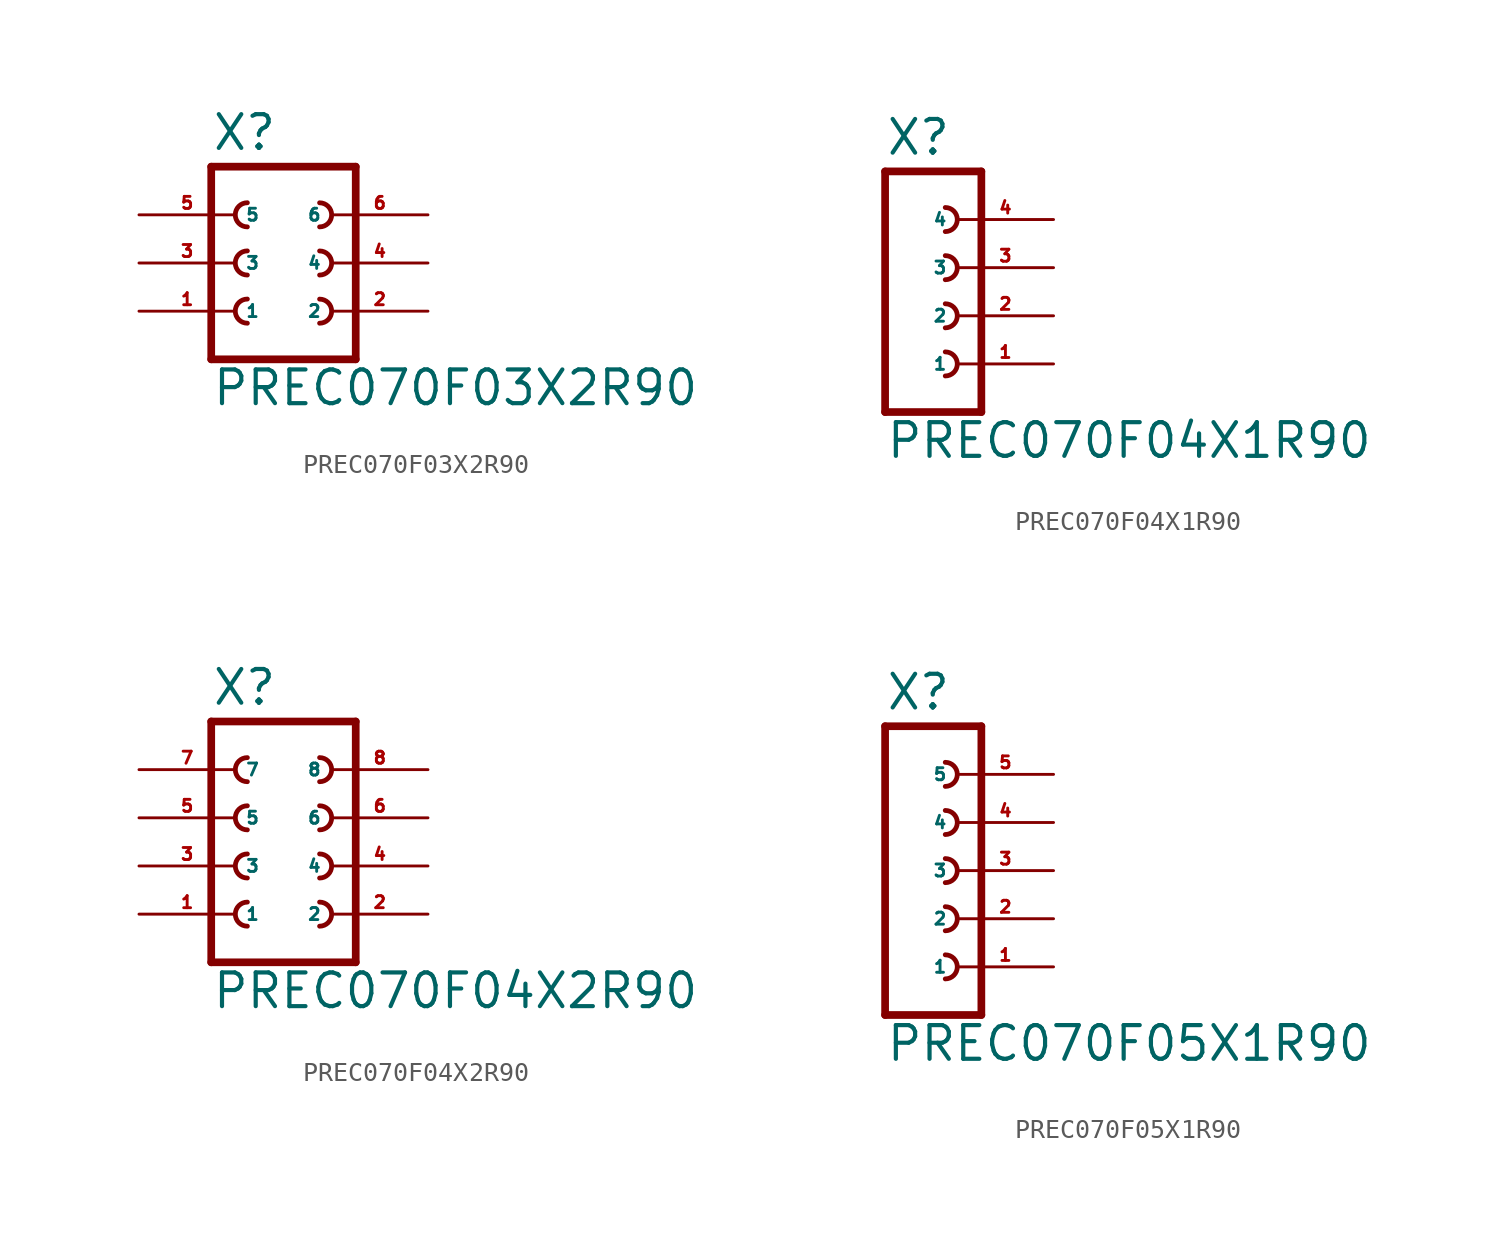
<source format=kicad_sym>
(kicad_symbol_lib
  (version 20220914)
  (generator Eagle2Kicad)
  (symbol "PREC070F03X2R90"
    (property "Reference" "X"
      (at -3.81 5.842 0)
      (effects (font (size 1.778 1.778) (thickness 0.22)) (justify left bottom)))
    (property "Value" "PREC070F03X2R90"
      (at -3.81 -7.62 0)
      (effects (font (size 1.778 1.778) (thickness 0.22)) (justify left bottom)))
    (polyline
      (pts (xy 3.81 -5.08) (xy -3.81 -5.08))
      (stroke (width 0.406) (type default))
      (fill (type none)))
    (arc
      (start -1.905 0.635)
      (mid -2.540 0.000)
      (end -1.905 -0.635)
      (stroke (width 0.254) (type default))
      (fill (type none)))
    (arc
      (start -1.905 -1.905)
      (mid -2.540 -2.540)
      (end -1.905 -3.175)
      (stroke (width 0.254) (type default))
      (fill (type none)))
    (arc
      (start 1.905 -0.635)
      (mid 2.540 0.000)
      (end 1.905 0.635)
      (stroke (width 0.254) (type default))
      (fill (type none)))
    (arc
      (start 1.905 -3.175)
      (mid 2.540 -2.540)
      (end 1.905 -1.905)
      (stroke (width 0.254) (type default))
      (fill (type none)))
    (polyline
      (pts (xy -3.81 5.08) (xy -3.81 -5.08))
      (stroke (width 0.406) (type default))
      (fill (type none)))
    (polyline
      (pts (xy 3.81 -5.08) (xy 3.81 5.08))
      (stroke (width 0.406) (type default))
      (fill (type none)))
    (polyline
      (pts (xy -3.81 5.08) (xy 3.81 5.08))
      (stroke (width 0.406) (type default))
      (fill (type none)))
    (arc
      (start -1.905 3.175)
      (mid -2.540 2.540)
      (end -1.905 1.905)
      (stroke (width 0.254) (type default))
      (fill (type none)))
    (arc
      (start 1.905 1.905)
      (mid 2.540 2.540)
      (end 1.905 3.175)
      (stroke (width 0.254) (type default))
      (fill (type none)))
    (pin passive line
      (at -7.62 -2.54 0)
      (length 5.08)
      (name "1" (effects (font (size 0.635 0.635) (thickness 0.08)) (justify left bottom)))
      (number "1" (effects (font (size 0.635 0.635) (thickness 0.08)) (justify left bottom))))
    (pin passive line
      (at 7.62 -2.54 180)
      (length 5.08)
      (name "2" (effects (font (size 0.635 0.635) (thickness 0.08)) (justify left bottom)))
      (number "2" (effects (font (size 0.635 0.635) (thickness 0.08)) (justify left bottom))))
    (pin passive line
      (at -7.62 0 0)
      (length 5.08)
      (name "3" (effects (font (size 0.635 0.635) (thickness 0.08)) (justify left bottom)))
      (number "3" (effects (font (size 0.635 0.635) (thickness 0.08)) (justify left bottom))))
    (pin passive line
      (at 7.62 0 180)
      (length 5.08)
      (name "4" (effects (font (size 0.635 0.635) (thickness 0.08)) (justify left bottom)))
      (number "4" (effects (font (size 0.635 0.635) (thickness 0.08)) (justify left bottom))))
    (pin passive line
      (at -7.62 2.54 0)
      (length 5.08)
      (name "5" (effects (font (size 0.635 0.635) (thickness 0.08)) (justify left bottom)))
      (number "5" (effects (font (size 0.635 0.635) (thickness 0.08)) (justify left bottom))))
    (pin passive line
      (at 7.62 2.54 180)
      (length 5.08)
      (name "6" (effects (font (size 0.635 0.635) (thickness 0.08)) (justify left bottom)))
      (number "6" (effects (font (size 0.635 0.635) (thickness 0.08)) (justify left bottom)))))
  (symbol "PREC070F04X1R90"
    (property "Reference" "X"
      (at -1.27 8.382 0)
      (effects (font (size 1.778 1.778) (thickness 0.22)) (justify left bottom)))
    (property "Value" "PREC070F04X1R90"
      (at -1.27 -7.62 0)
      (effects (font (size 1.778 1.778) (thickness 0.22)) (justify left bottom)))
    (polyline
      (pts (xy 3.81 -5.08) (xy -1.27 -5.08))
      (stroke (width 0.406) (type default))
      (fill (type none)))
    (arc
      (start 1.905 -0.635)
      (mid 2.540 0.000)
      (end 1.905 0.635)
      (stroke (width 0.254) (type default))
      (fill (type none)))
    (arc
      (start 1.905 -3.175)
      (mid 2.540 -2.540)
      (end 1.905 -1.905)
      (stroke (width 0.254) (type default))
      (fill (type none)))
    (polyline
      (pts (xy -1.27 7.62) (xy -1.27 -5.08))
      (stroke (width 0.406) (type default))
      (fill (type none)))
    (polyline
      (pts (xy 3.81 -5.08) (xy 3.81 7.62))
      (stroke (width 0.406) (type default))
      (fill (type none)))
    (polyline
      (pts (xy -1.27 7.62) (xy 3.81 7.62))
      (stroke (width 0.406) (type default))
      (fill (type none)))
    (arc
      (start 1.905 4.445)
      (mid 2.540 5.080)
      (end 1.905 5.715)
      (stroke (width 0.254) (type default))
      (fill (type none)))
    (arc
      (start 1.905 1.905)
      (mid 2.540 2.540)
      (end 1.905 3.175)
      (stroke (width 0.254) (type default))
      (fill (type none)))
    (pin passive line
      (at 7.62 -2.54 180)
      (length 5.08)
      (name "1" (effects (font (size 0.635 0.635) (thickness 0.08)) (justify left bottom)))
      (number "1" (effects (font (size 0.635 0.635) (thickness 0.08)) (justify left bottom))))
    (pin passive line
      (at 7.62 0 180)
      (length 5.08)
      (name "2" (effects (font (size 0.635 0.635) (thickness 0.08)) (justify left bottom)))
      (number "2" (effects (font (size 0.635 0.635) (thickness 0.08)) (justify left bottom))))
    (pin passive line
      (at 7.62 2.54 180)
      (length 5.08)
      (name "3" (effects (font (size 0.635 0.635) (thickness 0.08)) (justify left bottom)))
      (number "3" (effects (font (size 0.635 0.635) (thickness 0.08)) (justify left bottom))))
    (pin passive line
      (at 7.62 5.08 180)
      (length 5.08)
      (name "4" (effects (font (size 0.635 0.635) (thickness 0.08)) (justify left bottom)))
      (number "4" (effects (font (size 0.635 0.635) (thickness 0.08)) (justify left bottom)))))
  (symbol "PREC070F04X2R90"
    (property "Reference" "X"
      (at -3.81 8.382 0)
      (effects (font (size 1.778 1.778) (thickness 0.22)) (justify left bottom)))
    (property "Value" "PREC070F04X2R90"
      (at -3.81 -7.62 0)
      (effects (font (size 1.778 1.778) (thickness 0.22)) (justify left bottom)))
    (polyline
      (pts (xy 3.81 -5.08) (xy -3.81 -5.08))
      (stroke (width 0.406) (type default))
      (fill (type none)))
    (arc
      (start -1.905 0.635)
      (mid -2.540 0.000)
      (end -1.905 -0.635)
      (stroke (width 0.254) (type default))
      (fill (type none)))
    (arc
      (start -1.905 -1.905)
      (mid -2.540 -2.540)
      (end -1.905 -3.175)
      (stroke (width 0.254) (type default))
      (fill (type none)))
    (arc
      (start 1.905 -0.635)
      (mid 2.540 0.000)
      (end 1.905 0.635)
      (stroke (width 0.254) (type default))
      (fill (type none)))
    (arc
      (start 1.905 -3.175)
      (mid 2.540 -2.540)
      (end 1.905 -1.905)
      (stroke (width 0.254) (type default))
      (fill (type none)))
    (arc
      (start -1.905 5.715)
      (mid -2.540 5.080)
      (end -1.905 4.445)
      (stroke (width 0.254) (type default))
      (fill (type none)))
    (arc
      (start -1.905 3.175)
      (mid -2.540 2.540)
      (end -1.905 1.905)
      (stroke (width 0.254) (type default))
      (fill (type none)))
    (arc
      (start 1.905 4.445)
      (mid 2.540 5.080)
      (end 1.905 5.715)
      (stroke (width 0.254) (type default))
      (fill (type none)))
    (arc
      (start 1.905 1.905)
      (mid 2.540 2.540)
      (end 1.905 3.175)
      (stroke (width 0.254) (type default))
      (fill (type none)))
    (polyline
      (pts (xy -3.81 7.62) (xy -3.81 -5.08))
      (stroke (width 0.406) (type default))
      (fill (type none)))
    (polyline
      (pts (xy 3.81 -5.08) (xy 3.81 7.62))
      (stroke (width 0.406) (type default))
      (fill (type none)))
    (polyline
      (pts (xy -3.81 7.62) (xy 3.81 7.62))
      (stroke (width 0.406) (type default))
      (fill (type none)))
    (pin passive line
      (at -7.62 -2.54 0)
      (length 5.08)
      (name "1" (effects (font (size 0.635 0.635) (thickness 0.08)) (justify left bottom)))
      (number "1" (effects (font (size 0.635 0.635) (thickness 0.08)) (justify left bottom))))
    (pin passive line
      (at 7.62 -2.54 180)
      (length 5.08)
      (name "2" (effects (font (size 0.635 0.635) (thickness 0.08)) (justify left bottom)))
      (number "2" (effects (font (size 0.635 0.635) (thickness 0.08)) (justify left bottom))))
    (pin passive line
      (at -7.62 0 0)
      (length 5.08)
      (name "3" (effects (font (size 0.635 0.635) (thickness 0.08)) (justify left bottom)))
      (number "3" (effects (font (size 0.635 0.635) (thickness 0.08)) (justify left bottom))))
    (pin passive line
      (at 7.62 0 180)
      (length 5.08)
      (name "4" (effects (font (size 0.635 0.635) (thickness 0.08)) (justify left bottom)))
      (number "4" (effects (font (size 0.635 0.635) (thickness 0.08)) (justify left bottom))))
    (pin passive line
      (at -7.62 2.54 0)
      (length 5.08)
      (name "5" (effects (font (size 0.635 0.635) (thickness 0.08)) (justify left bottom)))
      (number "5" (effects (font (size 0.635 0.635) (thickness 0.08)) (justify left bottom))))
    (pin passive line
      (at 7.62 2.54 180)
      (length 5.08)
      (name "6" (effects (font (size 0.635 0.635) (thickness 0.08)) (justify left bottom)))
      (number "6" (effects (font (size 0.635 0.635) (thickness 0.08)) (justify left bottom))))
    (pin passive line
      (at -7.62 5.08 0)
      (length 5.08)
      (name "7" (effects (font (size 0.635 0.635) (thickness 0.08)) (justify left bottom)))
      (number "7" (effects (font (size 0.635 0.635) (thickness 0.08)) (justify left bottom))))
    (pin passive line
      (at 7.62 5.08 180)
      (length 5.08)
      (name "8" (effects (font (size 0.635 0.635) (thickness 0.08)) (justify left bottom)))
      (number "8" (effects (font (size 0.635 0.635) (thickness 0.08)) (justify left bottom)))))
  (symbol "PREC070F05X1R90"
    (property "Reference" "X"
      (at -1.27 8.382 0)
      (effects (font (size 1.778 1.778) (thickness 0.22)) (justify left bottom)))
    (property "Value" "PREC070F05X1R90"
      (at -1.27 -10.16 0)
      (effects (font (size 1.778 1.778) (thickness 0.22)) (justify left bottom)))
    (polyline
      (pts (xy 3.81 -7.62) (xy -1.27 -7.62))
      (stroke (width 0.406) (type default))
      (fill (type none)))
    (arc
      (start 1.905 -0.635)
      (mid 2.540 0.000)
      (end 1.905 0.635)
      (stroke (width 0.254) (type default))
      (fill (type none)))
    (arc
      (start 1.905 -3.175)
      (mid 2.540 -2.540)
      (end 1.905 -1.905)
      (stroke (width 0.254) (type default))
      (fill (type none)))
    (arc
      (start 1.905 -5.715)
      (mid 2.540 -5.080)
      (end 1.905 -4.445)
      (stroke (width 0.254) (type default))
      (fill (type none)))
    (polyline
      (pts (xy -1.27 7.62) (xy -1.27 -7.62))
      (stroke (width 0.406) (type default))
      (fill (type none)))
    (polyline
      (pts (xy 3.81 -7.62) (xy 3.81 7.62))
      (stroke (width 0.406) (type default))
      (fill (type none)))
    (polyline
      (pts (xy -1.27 7.62) (xy 3.81 7.62))
      (stroke (width 0.406) (type default))
      (fill (type none)))
    (arc
      (start 1.905 4.445)
      (mid 2.540 5.080)
      (end 1.905 5.715)
      (stroke (width 0.254) (type default))
      (fill (type none)))
    (arc
      (start 1.905 1.905)
      (mid 2.540 2.540)
      (end 1.905 3.175)
      (stroke (width 0.254) (type default))
      (fill (type none)))
    (pin passive line
      (at 7.62 -5.08 180)
      (length 5.08)
      (name "1" (effects (font (size 0.635 0.635) (thickness 0.08)) (justify left bottom)))
      (number "1" (effects (font (size 0.635 0.635) (thickness 0.08)) (justify left bottom))))
    (pin passive line
      (at 7.62 -2.54 180)
      (length 5.08)
      (name "2" (effects (font (size 0.635 0.635) (thickness 0.08)) (justify left bottom)))
      (number "2" (effects (font (size 0.635 0.635) (thickness 0.08)) (justify left bottom))))
    (pin passive line
      (at 7.62 0 180)
      (length 5.08)
      (name "3" (effects (font (size 0.635 0.635) (thickness 0.08)) (justify left bottom)))
      (number "3" (effects (font (size 0.635 0.635) (thickness 0.08)) (justify left bottom))))
    (pin passive line
      (at 7.62 2.54 180)
      (length 5.08)
      (name "4" (effects (font (size 0.635 0.635) (thickness 0.08)) (justify left bottom)))
      (number "4" (effects (font (size 0.635 0.635) (thickness 0.08)) (justify left bottom))))
    (pin passive line
      (at 7.62 5.08 180)
      (length 5.08)
      (name "5" (effects (font (size 0.635 0.635) (thickness 0.08)) (justify left bottom)))
      (number "5" (effects (font (size 0.635 0.635) (thickness 0.08)) (justify left bottom))))))
</source>
